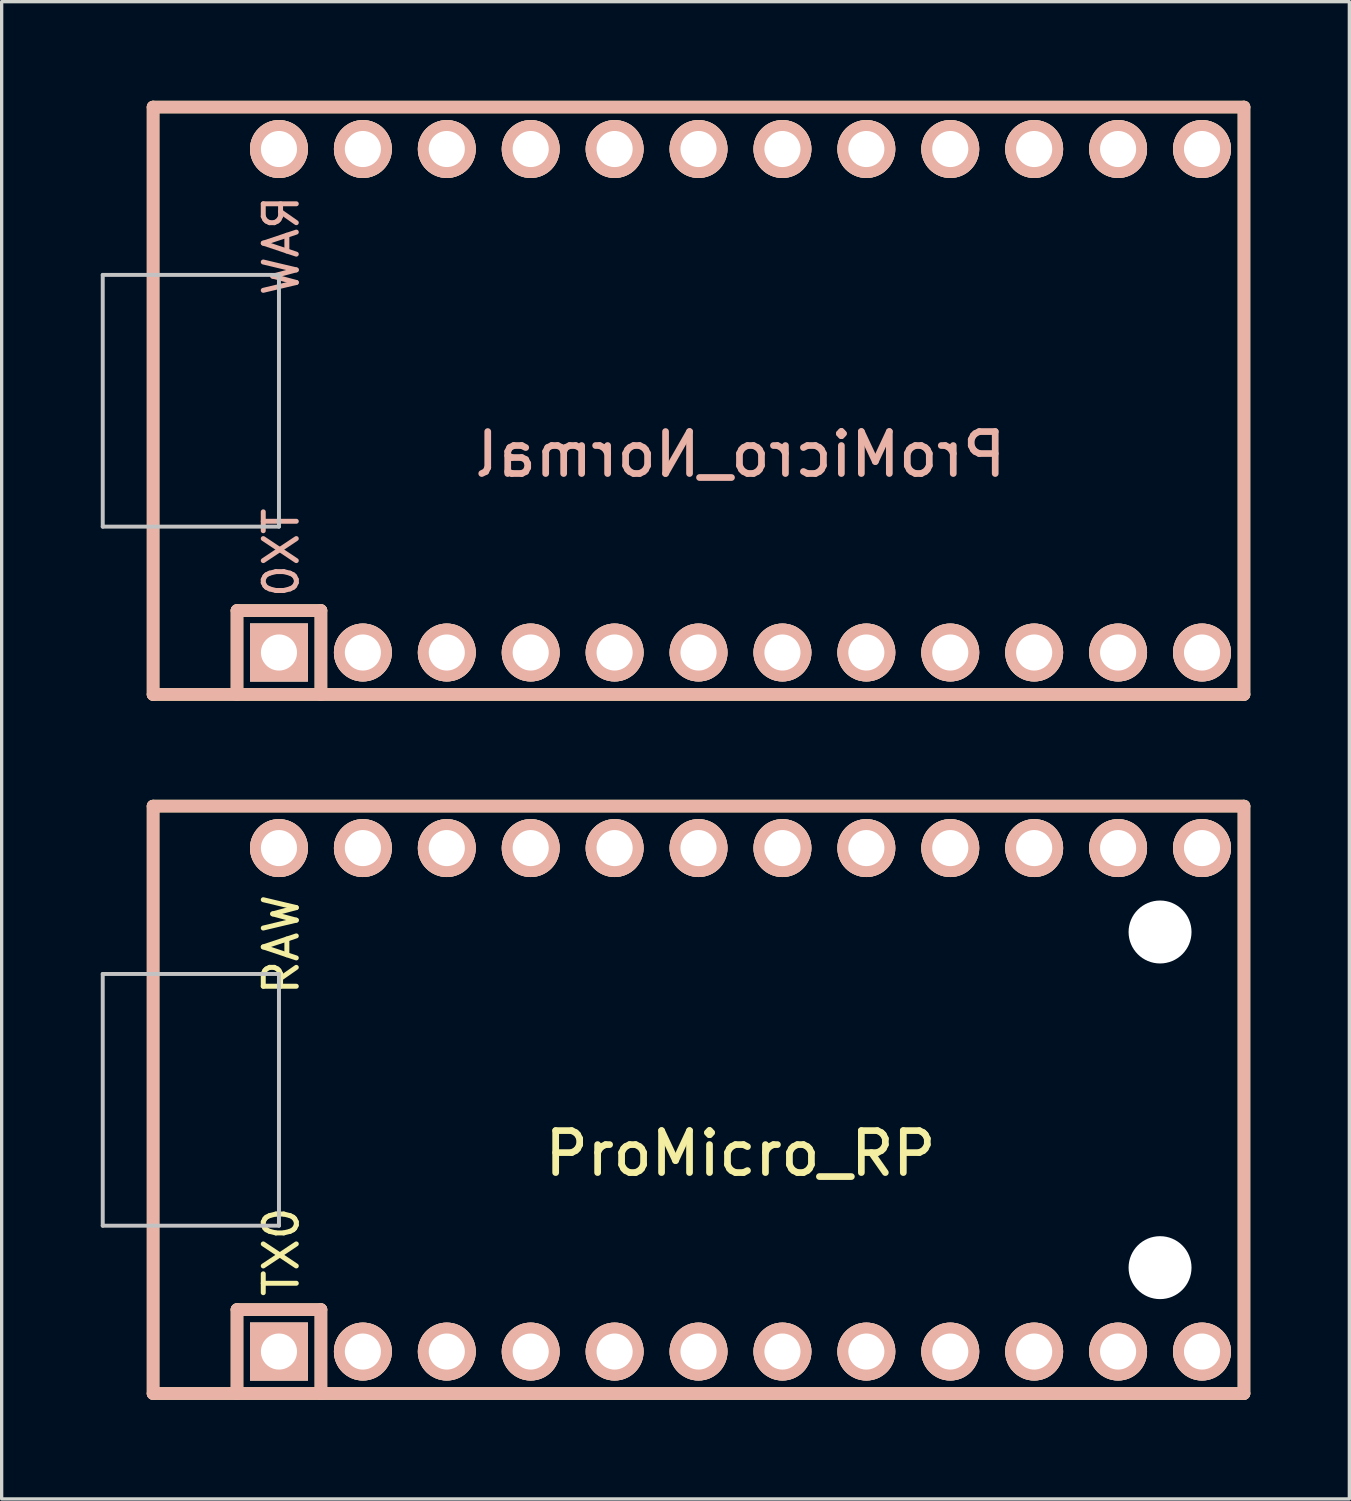
<source format=kicad_pcb>
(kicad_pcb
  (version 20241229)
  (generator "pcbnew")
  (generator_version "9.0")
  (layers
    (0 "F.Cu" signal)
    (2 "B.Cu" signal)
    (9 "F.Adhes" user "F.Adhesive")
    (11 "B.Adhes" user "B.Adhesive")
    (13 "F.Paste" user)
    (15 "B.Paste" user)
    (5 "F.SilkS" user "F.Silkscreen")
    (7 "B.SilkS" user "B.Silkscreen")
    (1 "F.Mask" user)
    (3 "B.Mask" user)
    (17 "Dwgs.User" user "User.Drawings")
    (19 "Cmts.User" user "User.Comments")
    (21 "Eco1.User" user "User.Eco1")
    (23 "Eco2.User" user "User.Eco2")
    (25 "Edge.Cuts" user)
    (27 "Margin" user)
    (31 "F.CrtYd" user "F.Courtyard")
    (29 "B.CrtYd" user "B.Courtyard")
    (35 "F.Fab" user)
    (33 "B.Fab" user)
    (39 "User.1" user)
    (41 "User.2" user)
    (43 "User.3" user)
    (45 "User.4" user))
  (footprint "ProMicro_Normal"
    (layer "F.Cu")
    (at 19.364 9.081)
    (property "Reference" "ProMicro_Normal" (at 0 1.625 180) (layer "B.SilkS") (effects (font (size 1.27 1.27) (thickness 0.203)) (justify mirror)))
    (attr through_hole)
    (fp_line (start -17.78 -8.89) (end -17.78 8.89) (stroke (width 0.381) (type solid)) (layer "F.SilkS"))
    (fp_line (start -15.24 6.35) (end -15.24 8.89) (stroke (width 0.381) (type solid)) (layer "F.SilkS"))
    (fp_line (start -15.24 6.35) (end -12.7 6.35) (stroke (width 0.381) (type solid)) (layer "F.SilkS"))
    (fp_line (start -12.7 6.35) (end -12.7 8.89) (stroke (width 0.381) (type solid)) (layer "F.SilkS"))
    (fp_line (start 15.24 -8.89) (end -17.78 -8.89) (stroke (width 0.381) (type solid)) (layer "F.SilkS"))
    (fp_line (start 15.24 8.89) (end -17.78 8.89) (stroke (width 0.381) (type solid)) (layer "F.SilkS"))
    (fp_line (start 15.24 8.89) (end 15.24 -8.89) (stroke (width 0.381) (type solid)) (layer "F.SilkS"))
    (fp_line (start -17.78 -8.89) (end -17.78 8.89) (stroke (width 0.381) (type solid)) (layer "B.SilkS"))
    (fp_line (start -15.24 6.35) (end -15.24 8.89) (stroke (width 0.381) (type solid)) (layer "B.SilkS"))
    (fp_line (start -15.24 6.35) (end -12.7 6.35) (stroke (width 0.381) (type solid)) (layer "B.SilkS"))
    (fp_line (start -12.7 6.35) (end -12.7 8.89) (stroke (width 0.381) (type solid)) (layer "B.SilkS"))
    (fp_line (start 15.24 -8.89) (end -17.78 -8.89) (stroke (width 0.381) (type solid)) (layer "B.SilkS"))
    (fp_line (start 15.24 8.89) (end -17.78 8.89) (stroke (width 0.381) (type solid)) (layer "B.SilkS"))
    (fp_line (start 15.24 8.89) (end 15.24 -8.89) (stroke (width 0.381) (type solid)) (layer "B.SilkS"))
    (fp_line (start -19.304 -3.81) (end -19.304 3.81) (stroke (width 0.12) (type solid)) (layer "Dwgs.User"))
    (fp_line (start -19.304 -3.81) (end -13.97 -3.81) (stroke (width 0.12) (type solid)) (layer "Dwgs.User"))
    (fp_line (start -13.97 -3.81) (end -13.97 3.81) (stroke (width 0.12) (type solid)) (layer "Dwgs.User"))
    (fp_line (start -13.97 3.81) (end -19.304 3.81) (stroke (width 0.12) (type solid)) (layer "Dwgs.User"))
    (fp_text user "TX0" (at -13.9 4.6 270) (layer "B.SilkS") (effects (font (size 1 1) (thickness 0.15)) (justify mirror)))
    (fp_text user "RAW" (at -13.9 -4.7 270) (layer "B.SilkS") (effects (font (size 1 1) (thickness 0.15)) (justify mirror)))
    (pad "1" thru_hole rect (at -13.97 7.62) (size 1.753 1.753) (drill 1.092) (layers "*.Cu" "*.SilkS" "*.Mask"))
    (pad "2" thru_hole circle (at -11.43 7.62) (size 1.753 1.753) (drill 1.092) (layers "*.Cu" "*.SilkS" "*.Mask"))
    (pad "3" thru_hole circle (at -8.89 7.62) (size 1.753 1.753) (drill 1.092) (layers "*.Cu" "*.SilkS" "*.Mask"))
    (pad "4" thru_hole circle (at -6.35 7.62) (size 1.753 1.753) (drill 1.092) (layers "*.Cu" "*.SilkS" "*.Mask"))
    (pad "5" thru_hole circle (at -3.81 7.62) (size 1.753 1.753) (drill 1.092) (layers "*.Cu" "*.SilkS" "*.Mask"))
    (pad "6" thru_hole circle (at -1.27 7.62) (size 1.753 1.753) (drill 1.092) (layers "*.Cu" "*.SilkS" "*.Mask"))
    (pad "7" thru_hole circle (at 1.27 7.62) (size 1.753 1.753) (drill 1.092) (layers "*.Cu" "*.SilkS" "*.Mask"))
    (pad "8" thru_hole circle (at 3.81 7.62) (size 1.753 1.753) (drill 1.092) (layers "*.Cu" "*.SilkS" "*.Mask"))
    (pad "9" thru_hole circle (at 6.35 7.62) (size 1.753 1.753) (drill 1.092) (layers "*.Cu" "*.SilkS" "*.Mask"))
    (pad "10" thru_hole circle (at 8.89 7.62) (size 1.753 1.753) (drill 1.092) (layers "*.Cu" "*.SilkS" "*.Mask"))
    (pad "11" thru_hole circle (at 11.43 7.62) (size 1.753 1.753) (drill 1.092) (layers "*.Cu" "*.SilkS" "*.Mask"))
    (pad "12" thru_hole circle (at 13.97 7.62) (size 1.753 1.753) (drill 1.092) (layers "*.Cu" "*.SilkS" "*.Mask"))
    (pad "13" thru_hole circle (at -13.97 -7.62) (size 1.753 1.753) (drill 1.092) (layers "*.Cu" "*.SilkS" "*.Mask"))
    (pad "14" thru_hole circle (at -11.43 -7.62) (size 1.753 1.753) (drill 1.092) (layers "*.Cu" "*.SilkS" "*.Mask"))
    (pad "15" thru_hole circle (at -8.89 -7.62) (size 1.753 1.753) (drill 1.092) (layers "*.Cu" "*.SilkS" "*.Mask"))
    (pad "16" thru_hole circle (at -6.35 -7.62) (size 1.753 1.753) (drill 1.092) (layers "*.Cu" "*.SilkS" "*.Mask"))
    (pad "17" thru_hole circle (at -3.81 -7.62) (size 1.753 1.753) (drill 1.092) (layers "*.Cu" "*.SilkS" "*.Mask"))
    (pad "18" thru_hole circle (at -1.27 -7.62) (size 1.753 1.753) (drill 1.092) (layers "*.Cu" "*.SilkS" "*.Mask"))
    (pad "19" thru_hole circle (at 1.27 -7.62) (size 1.753 1.753) (drill 1.092) (layers "*.Cu" "*.SilkS" "*.Mask"))
    (pad "20" thru_hole circle (at 3.81 -7.62) (size 1.753 1.753) (drill 1.092) (layers "*.Cu" "*.SilkS" "*.Mask"))
    (pad "21" thru_hole circle (at 6.35 -7.62) (size 1.753 1.753) (drill 1.092) (layers "*.Cu" "*.SilkS" "*.Mask"))
    (pad "22" thru_hole circle (at 8.89 -7.62) (size 1.753 1.753) (drill 1.092) (layers "*.Cu" "*.SilkS" "*.Mask"))
    (pad "23" thru_hole circle (at 11.43 -7.62) (size 1.753 1.753) (drill 1.092) (layers "*.Cu" "*.SilkS" "*.Mask"))
    (pad "24" thru_hole circle (at 13.97 -7.62) (size 1.753 1.753) (drill 1.092) (layers "*.Cu" "*.SilkS" "*.Mask")))
  (footprint "ProMicro_RP"
    (layer "F.Cu")
    (at 19.364 30.241)
    (property "Reference" "ProMicro_RP" (at 0 1.625 180) (layer "F.SilkS") (effects (font (size 1.27 1.27) (thickness 0.203))))
    (attr through_hole)
    (fp_line (start -17.78 -8.89) (end -17.78 8.89) (stroke (width 0.381) (type solid)) (layer "F.SilkS"))
    (fp_line (start -15.24 6.35) (end -15.24 8.89) (stroke (width 0.381) (type solid)) (layer "F.SilkS"))
    (fp_line (start -15.24 6.35) (end -12.7 6.35) (stroke (width 0.381) (type solid)) (layer "F.SilkS"))
    (fp_line (start -12.7 6.35) (end -12.7 8.89) (stroke (width 0.381) (type solid)) (layer "F.SilkS"))
    (fp_line (start 15.24 -8.89) (end -17.78 -8.89) (stroke (width 0.381) (type solid)) (layer "F.SilkS"))
    (fp_line (start 15.24 8.89) (end -17.78 8.89) (stroke (width 0.381) (type solid)) (layer "F.SilkS"))
    (fp_line (start 15.24 8.89) (end 15.24 -8.89) (stroke (width 0.381) (type solid)) (layer "F.SilkS"))
    (fp_line (start -17.78 -8.89) (end -17.78 8.89) (stroke (width 0.381) (type solid)) (layer "B.SilkS"))
    (fp_line (start -15.24 6.35) (end -15.24 8.89) (stroke (width 0.381) (type solid)) (layer "B.SilkS"))
    (fp_line (start -15.24 6.35) (end -12.7 6.35) (stroke (width 0.381) (type solid)) (layer "B.SilkS"))
    (fp_line (start -12.7 6.35) (end -12.7 8.89) (stroke (width 0.381) (type solid)) (layer "B.SilkS"))
    (fp_line (start 15.24 -8.89) (end -17.78 -8.89) (stroke (width 0.381) (type solid)) (layer "B.SilkS"))
    (fp_line (start 15.24 8.89) (end -17.78 8.89) (stroke (width 0.381) (type solid)) (layer "B.SilkS"))
    (fp_line (start 15.24 8.89) (end 15.24 -8.89) (stroke (width 0.381) (type solid)) (layer "B.SilkS"))
    (fp_line (start -19.304 -3.81) (end -19.304 3.81) (stroke (width 0.12) (type solid)) (layer "Dwgs.User"))
    (fp_line (start -19.304 -3.81) (end -13.97 -3.81) (stroke (width 0.12) (type solid)) (layer "Dwgs.User"))
    (fp_line (start -13.97 -3.81) (end -13.97 3.81) (stroke (width 0.12) (type solid)) (layer "Dwgs.User"))
    (fp_line (start -13.97 3.81) (end -19.304 3.81) (stroke (width 0.12) (type solid)) (layer "Dwgs.User"))
    (fp_text user "TX0" (at -13.9 4.6 90) (layer "F.SilkS") (effects (font (size 1 1) (thickness 0.15))))
    (fp_text user "RAW" (at -13.9 -4.7 90) (layer "F.SilkS") (effects (font (size 1 1) (thickness 0.15))))
    (pad "" np_thru_hole circle (at 12.7 -5.08) (size 1.905 1.905) (drill 1.905) (layers "*.Cu" "*.Mask"))
    (pad "" np_thru_hole circle (at 12.7 5.08) (size 1.905 1.905) (drill 1.905) (layers "*.Cu" "*.Mask"))
    (pad "1" thru_hole rect (at -13.97 7.62) (size 1.753 1.753) (drill 1.092) (layers "*.Cu" "*.SilkS" "*.Mask"))
    (pad "2" thru_hole circle (at -11.43 7.62) (size 1.753 1.753) (drill 1.092) (layers "*.Cu" "*.SilkS" "*.Mask"))
    (pad "3" thru_hole circle (at -8.89 7.62) (size 1.753 1.753) (drill 1.092) (layers "*.Cu" "*.SilkS" "*.Mask"))
    (pad "4" thru_hole circle (at -6.35 7.62) (size 1.753 1.753) (drill 1.092) (layers "*.Cu" "*.SilkS" "*.Mask"))
    (pad "5" thru_hole circle (at -3.81 7.62) (size 1.753 1.753) (drill 1.092) (layers "*.Cu" "*.SilkS" "*.Mask"))
    (pad "6" thru_hole circle (at -1.27 7.62) (size 1.753 1.753) (drill 1.092) (layers "*.Cu" "*.SilkS" "*.Mask"))
    (pad "7" thru_hole circle (at 1.27 7.62) (size 1.753 1.753) (drill 1.092) (layers "*.Cu" "*.SilkS" "*.Mask"))
    (pad "8" thru_hole circle (at 3.81 7.62) (size 1.753 1.753) (drill 1.092) (layers "*.Cu" "*.SilkS" "*.Mask"))
    (pad "9" thru_hole circle (at 6.35 7.62) (size 1.753 1.753) (drill 1.092) (layers "*.Cu" "*.SilkS" "*.Mask"))
    (pad "10" thru_hole circle (at 8.89 7.62) (size 1.753 1.753) (drill 1.092) (layers "*.Cu" "*.SilkS" "*.Mask"))
    (pad "11" thru_hole circle (at 11.43 7.62) (size 1.753 1.753) (drill 1.092) (layers "*.Cu" "*.SilkS" "*.Mask"))
    (pad "12" thru_hole circle (at 13.97 7.62) (size 1.753 1.753) (drill 1.092) (layers "*.Cu" "*.SilkS" "*.Mask"))
    (pad "13" thru_hole circle (at -13.97 -7.62) (size 1.753 1.753) (drill 1.092) (layers "*.Cu" "*.SilkS" "*.Mask"))
    (pad "14" thru_hole circle (at -11.43 -7.62) (size 1.753 1.753) (drill 1.092) (layers "*.Cu" "*.SilkS" "*.Mask"))
    (pad "15" thru_hole circle (at -8.89 -7.62) (size 1.753 1.753) (drill 1.092) (layers "*.Cu" "*.SilkS" "*.Mask"))
    (pad "16" thru_hole circle (at -6.35 -7.62) (size 1.753 1.753) (drill 1.092) (layers "*.Cu" "*.SilkS" "*.Mask"))
    (pad "17" thru_hole circle (at -3.81 -7.62) (size 1.753 1.753) (drill 1.092) (layers "*.Cu" "*.SilkS" "*.Mask"))
    (pad "18" thru_hole circle (at -1.27 -7.62) (size 1.753 1.753) (drill 1.092) (layers "*.Cu" "*.SilkS" "*.Mask"))
    (pad "19" thru_hole circle (at 1.27 -7.62) (size 1.753 1.753) (drill 1.092) (layers "*.Cu" "*.SilkS" "*.Mask"))
    (pad "20" thru_hole circle (at 3.81 -7.62) (size 1.753 1.753) (drill 1.092) (layers "*.Cu" "*.SilkS" "*.Mask"))
    (pad "21" thru_hole circle (at 6.35 -7.62) (size 1.753 1.753) (drill 1.092) (layers "*.Cu" "*.SilkS" "*.Mask"))
    (pad "22" thru_hole circle (at 8.89 -7.62) (size 1.753 1.753) (drill 1.092) (layers "*.Cu" "*.SilkS" "*.Mask"))
    (pad "23" thru_hole circle (at 11.43 -7.62) (size 1.753 1.753) (drill 1.092) (layers "*.Cu" "*.SilkS" "*.Mask"))
    (pad "24" thru_hole circle (at 13.97 -7.62) (size 1.753 1.753) (drill 1.092) (layers "*.Cu" "*.SilkS" "*.Mask")))
  (gr_rect
    (start -3 -3)
    (end 37.794 42.322)
    (stroke (width 0.1) (type default))
    (fill no)
    (layer "Edge.Cuts")))
</source>
